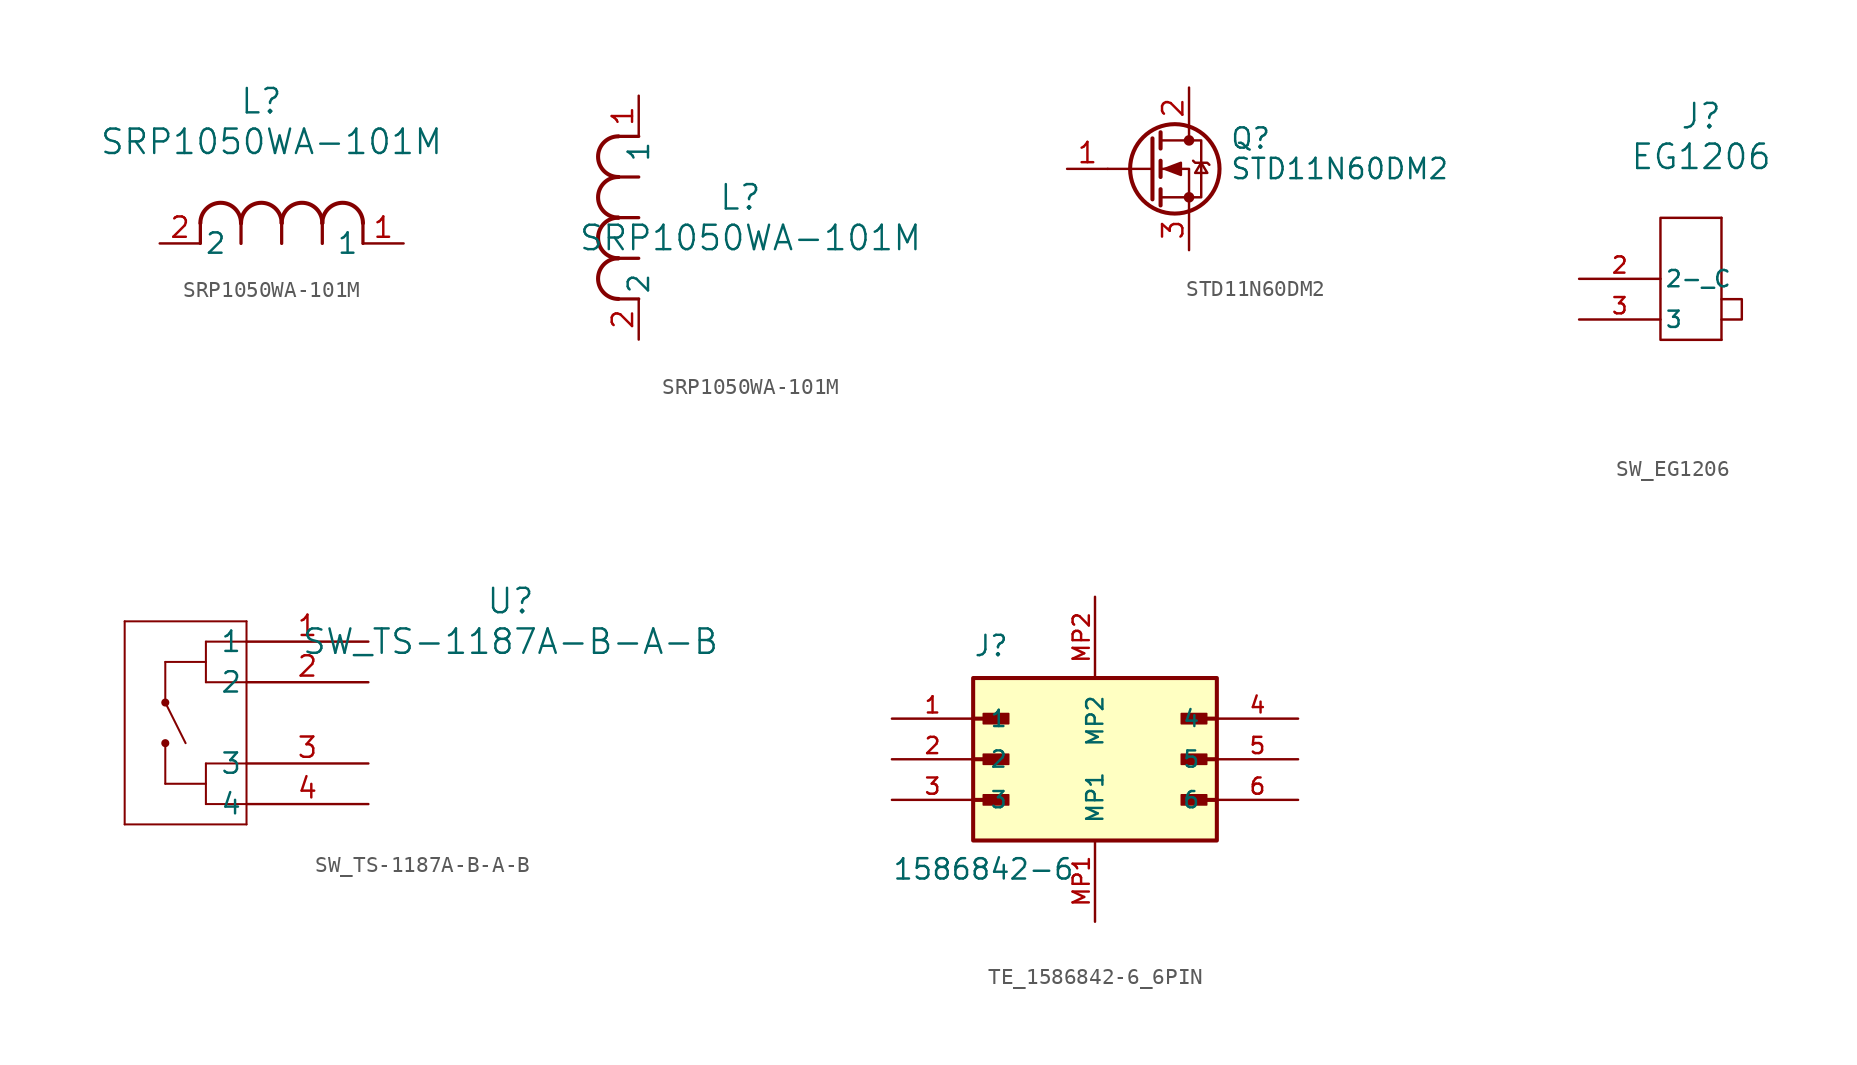
<source format=kicad_sym>
(kicad_symbol_lib
  (version 20241209)
  (generator "kicad_symbol_editor")
  (generator_version "9.0")
  (symbol "SRP1050WA-101M"
    (pin_names
      (offset 0.254))
    (property "Reference" "L"
      (at 6.35 8.89 0)
      (effects (font (size 1.524 1.524))))
    (property "Value" "SRP1050WA-101M"
      (at 6.985 6.35 0)
      (effects (font (size 1.524 1.524))))
    (symbol "SRP1050WA-101M_1_1"
      (polyline (pts (xy 2.54 0) (xy 2.54 1.27)) (stroke (width 0.203) (type default)) (fill (type none)))
      (arc (start 2.54 1.27) (mid 3.81 2.5345) (end 5.08 1.27) (stroke (width 0.254) (type default)) (fill (type none)))
      (polyline (pts (xy 5.08 0) (xy 5.08 1.27)) (stroke (width 0.203) (type default)) (fill (type none)))
      (arc (start 5.08 1.27) (mid 6.35 2.5345) (end 7.62 1.27) (stroke (width 0.254) (type default)) (fill (type none)))
      (polyline (pts (xy 7.62 0) (xy 7.62 1.27)) (stroke (width 0.203) (type default)) (fill (type none)))
      (arc (start 7.62 1.27) (mid 8.89 2.5345) (end 10.16 1.27) (stroke (width 0.254) (type default)) (fill (type none)))
      (polyline (pts (xy 10.16 0) (xy 10.16 1.27)) (stroke (width 0.203) (type default)) (fill (type none)))
      (arc (start 10.16 1.27) (mid 11.43 2.5345) (end 12.7 1.27) (stroke (width 0.254) (type default)) (fill (type none)))
      (polyline (pts (xy 12.7 0) (xy 12.7 1.27)) (stroke (width 0.203) (type default)) (fill (type none)))
      (pin unspecified line (at 0 0 0) (length 2.54) (name "2" (effects (font (size 1.27 1.27)))) (number "2" (effects (font (size 1.27 1.27)))))
      (pin unspecified line (at 15.24 0 180) (length 2.54) (name "1" (effects (font (size 1.27 1.27)))) (number "1" (effects (font (size 1.27 1.27))))))
    (symbol "SRP1050WA-101M_1_2"
      (arc (start -1.27 10.16) (mid -2.5345 11.43) (end -1.27 12.7) (stroke (width 0.254) (type default)) (fill (type none)))
      (arc (start -1.27 7.62) (mid -2.5345 8.89) (end -1.27 10.16) (stroke (width 0.254) (type default)) (fill (type none)))
      (arc (start -1.27 5.08) (mid -2.5345 6.35) (end -1.27 7.62) (stroke (width 0.254) (type default)) (fill (type none)))
      (arc (start -1.27 2.54) (mid -2.5345 3.81) (end -1.27 5.08) (stroke (width 0.254) (type default)) (fill (type none)))
      (polyline (pts (xy 0 12.7) (xy -1.27 12.7)) (stroke (width 0.203) (type default)) (fill (type none)))
      (polyline (pts (xy 0 10.16) (xy -1.27 10.16)) (stroke (width 0.203) (type default)) (fill (type none)))
      (polyline (pts (xy 0 7.62) (xy -1.27 7.62)) (stroke (width 0.203) (type default)) (fill (type none)))
      (polyline (pts (xy 0 5.08) (xy -1.27 5.08)) (stroke (width 0.203) (type default)) (fill (type none)))
      (polyline (pts (xy 0 2.54) (xy -1.27 2.54)) (stroke (width 0.203) (type default)) (fill (type none)))
      (pin unspecified line (at 0 15.24 270) (length 2.54) (name "1" (effects (font (size 1.27 1.27)))) (number "1" (effects (font (size 1.27 1.27)))))
      (pin unspecified line (at 0 0 90) (length 2.54) (name "2" (effects (font (size 1.27 1.27)))) (number "2" (effects (font (size 1.27 1.27)))))))
  (symbol "STD11N60DM2"
    (pin_names
      (hide yes))
    (property "Reference" "Q"
      (at 5.08 1.905 0)
      (effects (font (size 1.27 1.27)) (justify left)))
    (property "Value" "STD11N60DM2"
      (at 5.08 0 0)
      (effects (font (size 1.27 1.27)) (justify left)))
    (symbol "STD11N60DM2_0_1"
      (polyline (pts (xy 0.254 1.905) (xy 0.254 -1.905)) (stroke (width 0.254) (type default)) (fill (type none)))
      (polyline (pts (xy 0.254 0) (xy -2.54 0)) (stroke (width 0) (type default)) (fill (type none)))
      (polyline (pts (xy 0.762 2.286) (xy 0.762 1.27)) (stroke (width 0.254) (type default)) (fill (type none)))
      (polyline (pts (xy 0.762 0.508) (xy 0.762 -0.508)) (stroke (width 0.254) (type default)) (fill (type none)))
      (polyline (pts (xy 0.762 -1.27) (xy 0.762 -2.286)) (stroke (width 0.254) (type default)) (fill (type none)))
      (polyline (pts (xy 0.762 -1.778) (xy 3.302 -1.778) (xy 3.302 1.778) (xy 0.762 1.778)) (stroke (width 0) (type default)) (fill (type none)))
      (polyline (pts (xy 1.016 0) (xy 2.032 0.381) (xy 2.032 -0.381) (xy 1.016 0)) (stroke (width 0) (type default)) (fill (type outline)))
      (circle (center 1.651 0) (radius 2.794) (stroke (width 0.254) (type default)) (fill (type none)))
      (polyline (pts (xy 2.54 2.54) (xy 2.54 1.778)) (stroke (width 0) (type default)) (fill (type none)))
      (circle (center 2.54 1.778) (radius 0.254) (stroke (width 0) (type default)) (fill (type outline)))
      (circle (center 2.54 -1.778) (radius 0.254) (stroke (width 0) (type default)) (fill (type outline)))
      (polyline (pts (xy 2.54 -2.54) (xy 2.54 0) (xy 0.762 0)) (stroke (width 0) (type default)) (fill (type none)))
      (polyline (pts (xy 2.794 0.508) (xy 2.921 0.381) (xy 3.683 0.381) (xy 3.81 0.254)) (stroke (width 0) (type default)) (fill (type none)))
      (polyline (pts (xy 3.302 0.381) (xy 2.921 -0.254) (xy 3.683 -0.254) (xy 3.302 0.381)) (stroke (width 0) (type default)) (fill (type none))))
    (symbol "STD11N60DM2_1_1"
      (pin passive line (at -5.08 0 0) (length 2.54) (name "G" (effects (font (size 1.27 1.27)))) (number "1" (effects (font (size 1.27 1.27)))))
      (pin passive line (at 2.54 5.08 270) (length 2.54) (name "D" (effects (font (size 1.27 1.27)))) (number "2" (effects (font (size 1.27 1.27)))))
      (pin passive line (at 2.54 -5.08 90) (length 2.54) (name "S" (effects (font (size 1.27 1.27)))) (number "3" (effects (font (size 1.27 1.27)))))))
  (symbol "SW_EG1206"
    (pin_names
      (offset 0.254))
    (property "Reference" "J"
      (at 1.27 8.89 0)
      (effects (font (size 1.524 1.524))))
    (property "Value" "EG1206"
      (at 1.27 6.35 0)
      (effects (font (size 1.524 1.524))))
    (symbol "SW_EG1206_0_0"
      (pin bidirectional line (at -6.35 -1.27 0) (length 5.08) (name "2-_C" (effects (font (size 1.016 1.016)))) (number "2" (effects (font (size 1.016 1.016)))))
      (pin bidirectional line (at -6.35 -3.81 0) (length 5.08) (name "3" (effects (font (size 1.016 1.016)))) (number "3" (effects (font (size 1.016 1.016))))))
    (symbol "SW_EG1206_0_1"
      (polyline (pts (xy 2.54 -2.54) (xy 3.81 -2.54) (xy 3.81 -3.81) (xy 2.54 -3.81)) (stroke (width 0) (type default)) (fill (type none))))
    (symbol "SW_EG1206_1_0"
      (pin no_connect line (at 0 7.62 270) (length 5.08) (hide yes) (name "SH2" (effects (font (size 1.016 1.016)))) (number "SH2" (effects (font (size 1.016 1.016)))))
      (pin no_connect line (at 0 -10.16 90) (length 5.08) (hide yes) (name "SH1" (effects (font (size 1.016 1.016)))) (number "SH1" (effects (font (size 1.016 1.016)))))
      (pin no_connect line (at 1.27 -3.81 90) (length 5.08) (hide yes) (name "1" (effects (font (size 1.016 1.016)))) (number "1" (effects (font (size 1.016 1.016))))))
    (symbol "SW_EG1206_1_1"
      (polyline (pts (xy 2.54 2.54) (xy 2.54 -5.08)) (stroke (width 0) (type default)) (fill (type none)))
      (polyline (pts (xy 2.54 -5.08) (xy -1.27 -5.08) (xy -1.27 2.54) (xy 2.54 2.54)) (stroke (width 0) (type default)) (fill (type none)))))
  (symbol "SW_TS-1187A-B-A-B"
    (pin_names
      (offset 0.254))
    (property "Reference" "U"
      (at 20.32 7.62 0)
      (effects (font (size 1.524 1.524))))
    (property "Value" "SW_TS-1187A-B-A-B"
      (at 20.32 5.08 0)
      (effects (font (size 1.524 1.524))))
    (symbol "SW_TS-1187A-B-A-B_0_1"
      (polyline (pts (xy -3.81 6.35) (xy -3.81 -6.35)) (stroke (width 0.127) (type default)) (fill (type none)))
      (polyline (pts (xy -3.81 -6.35) (xy 3.81 -6.35)) (stroke (width 0.127) (type default)) (fill (type none)))
      (polyline (pts (xy -1.27 3.81) (xy -1.27 1.27)) (stroke (width 0.127) (type default)) (fill (type none)))
      (polyline (pts (xy -1.27 3.81) (xy 1.27 3.81)) (stroke (width 0.127) (type default)) (fill (type none)))
      (circle (center -1.27 1.27) (radius 0.127) (stroke (width 0.254) (type default)) (fill (type none)))
      (circle (center -1.27 -1.27) (radius 0.127) (stroke (width 0.254) (type default)) (fill (type none)))
      (polyline (pts (xy -1.27 -1.27) (xy -1.27 -3.81)) (stroke (width 0.127) (type default)) (fill (type none)))
      (polyline (pts (xy -1.27 -3.81) (xy 1.27 -3.81)) (stroke (width 0.127) (type default)) (fill (type none)))
      (polyline (pts (xy 0 -1.27) (xy -1.27 1.27)) (stroke (width 0.127) (type default)) (fill (type none)))
      (polyline (pts (xy 1.27 5.08) (xy 1.27 2.54)) (stroke (width 0.127) (type default)) (fill (type none)))
      (polyline (pts (xy 1.27 5.08) (xy 3.81 5.08)) (stroke (width 0.127) (type default)) (fill (type none)))
      (polyline (pts (xy 1.27 2.54) (xy 3.81 2.54)) (stroke (width 0.127) (type default)) (fill (type none)))
      (polyline (pts (xy 1.27 -2.54) (xy 3.81 -2.54)) (stroke (width 0.127) (type default)) (fill (type none)))
      (polyline (pts (xy 1.27 -5.08) (xy 1.27 -2.54)) (stroke (width 0.127) (type default)) (fill (type none)))
      (polyline (pts (xy 1.27 -5.08) (xy 3.81 -5.08)) (stroke (width 0.127) (type default)) (fill (type none)))
      (polyline (pts (xy 3.81 6.35) (xy -3.81 6.35)) (stroke (width 0.127) (type default)) (fill (type none)))
      (polyline (pts (xy 3.81 -6.35) (xy 3.81 6.35)) (stroke (width 0.127) (type default)) (fill (type none)))
      (pin unspecified line (at 11.43 5.08 180) (length 7.62) (name "1" (effects (font (size 1.27 1.27)))) (number "1" (effects (font (size 1.27 1.27)))))
      (pin unspecified line (at 11.43 2.54 180) (length 7.62) (name "2" (effects (font (size 1.27 1.27)))) (number "2" (effects (font (size 1.27 1.27)))))
      (pin unspecified line (at 11.43 -2.54 180) (length 7.62) (name "3" (effects (font (size 1.27 1.27)))) (number "3" (effects (font (size 1.27 1.27))))))
    (symbol "SW_TS-1187A-B-A-B_1_1"
      (pin unspecified line (at 11.43 -5.08 180) (length 7.62) (name "4" (effects (font (size 1.27 1.27)))) (number "4" (effects (font (size 1.27 1.27)))))))
  (symbol "TE_1586842-6_6PIN"
    (pin_names
      (offset 1.016))
    (property "Reference" "J"
      (at -7.62 11.43 0)
      (effects (font (size 1.27 1.27)) (justify left bottom)))
    (property "Value" "1586842-6"
      (at -12.7 -2.54 0)
      (effects (font (size 1.27 1.27)) (justify left bottom)))
    (symbol "TE_1586842-6_6PIN_0_0"
      (rectangle (start -7.62 10.16) (end 7.62 0) (stroke (width 0.254) (type default)) (fill (type background)))
      (polyline (pts (xy -7.62 7.62) (xy -5.715 7.62)) (stroke (width 0.254) (type default)) (fill (type none)))
      (polyline (pts (xy -7.62 5.08) (xy -5.715 5.08)) (stroke (width 0.254) (type default)) (fill (type none)))
      (polyline (pts (xy -7.62 2.54) (xy -5.715 2.54)) (stroke (width 0.254) (type default)) (fill (type none)))
      (rectangle (start -6.985 7.303) (end -5.397 7.938) (stroke (width 0.1) (type default)) (fill (type outline)))
      (rectangle (start -6.985 4.763) (end -5.397 5.397) (stroke (width 0.1) (type default)) (fill (type outline)))
      (rectangle (start -6.985 2.223) (end -5.397 2.857) (stroke (width 0.1) (type default)) (fill (type outline)))
      (rectangle (start 5.397 7.303) (end 6.985 7.938) (stroke (width 0.1) (type default)) (fill (type outline)))
      (rectangle (start 5.397 4.763) (end 6.985 5.397) (stroke (width 0.1) (type default)) (fill (type outline)))
      (rectangle (start 5.397 2.223) (end 6.985 2.857) (stroke (width 0.1) (type default)) (fill (type outline)))
      (polyline (pts (xy 7.62 7.62) (xy 5.715 7.62)) (stroke (width 0.254) (type default)) (fill (type none)))
      (polyline (pts (xy 7.62 5.08) (xy 5.715 5.08)) (stroke (width 0.254) (type default)) (fill (type none)))
      (polyline (pts (xy 7.62 2.54) (xy 5.715 2.54)) (stroke (width 0.254) (type default)) (fill (type none)))
      (pin passive line (at -12.7 7.62 0) (length 5.08) (name "1" (effects (font (size 1.016 1.016)))) (number "1" (effects (font (size 1.016 1.016)))))
      (pin passive line (at -12.7 5.08 0) (length 5.08) (name "2" (effects (font (size 1.016 1.016)))) (number "2" (effects (font (size 1.016 1.016)))))
      (pin passive line (at -12.7 2.54 0) (length 5.08) (name "3" (effects (font (size 1.016 1.016)))) (number "3" (effects (font (size 1.016 1.016)))))
      (pin passive line (at 12.7 7.62 180) (length 5.08) (name "4" (effects (font (size 1.016 1.016)))) (number "4" (effects (font (size 1.016 1.016)))))
      (pin passive line (at 12.7 5.08 180) (length 5.08) (name "5" (effects (font (size 1.016 1.016)))) (number "5" (effects (font (size 1.016 1.016)))))
      (pin passive line (at 12.7 2.54 180) (length 5.08) (name "6" (effects (font (size 1.016 1.016)))) (number "6" (effects (font (size 1.016 1.016))))))
    (symbol "TE_1586842-6_6PIN_1_0"
      (pin passive line (at 0 15.24 270) (length 5.08) (name "MP2" (effects (font (size 1.016 1.016)))) (number "MP2" (effects (font (size 1.016 1.016)))))
      (pin passive line (at 0 -5.08 90) (length 5.08) (name "MP1" (effects (font (size 1.016 1.016)))) (number "MP1" (effects (font (size 1.016 1.016))))))))
</source>
